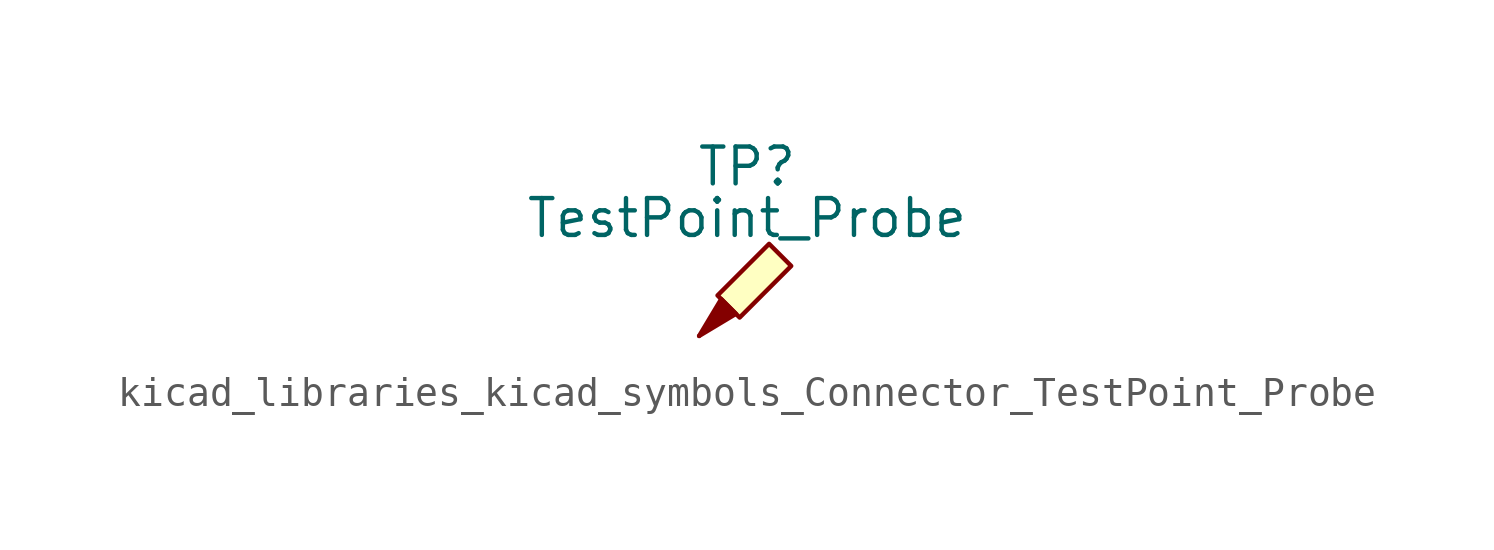
<source format=kicad_sym>
(kicad_symbol_lib
  (version 20220914)
  (generator kicad_symbol_editor)
  (symbol "kicad_libraries_kicad_symbols_Connector_TestPoint_Probe"
    (pin_numbers hide)
    (pin_names
      (offset 0.762) hide)
    (property "Reference" "TP"
      (at 1.651 5.842 0)
      (effects (font (size 1.27 1.27))))
    (property "Value" "TestPoint_Probe"
      (at 1.651 4.064 0)
      (effects (font (size 1.27 1.27))))
    (symbol "kicad_libraries_kicad_symbols_Connector_TestPoint_Probe_0_1"
      (polyline (pts (xy 1.27 0.762) (xy 0 0) (xy 0.762 1.27) (xy 1.27 0.762)) (stroke (width 0) (type default)) (fill (type outline)))
      (polyline (pts (xy 1.397 0.635) (xy 0.635 1.397) (xy 2.413 3.175) (xy 3.175 2.413) (xy 1.397 0.635)) (stroke (width 0) (type default)) (fill (type background))))
    (symbol "kicad_libraries_kicad_symbols_Connector_TestPoint_Probe_1_1"
      (pin passive line (at 0 0 90) (length 0) (name "1" (effects (font (size 1.27 1.27)))) (number "1" (effects (font (size 1.27 1.27))))))))
</source>
